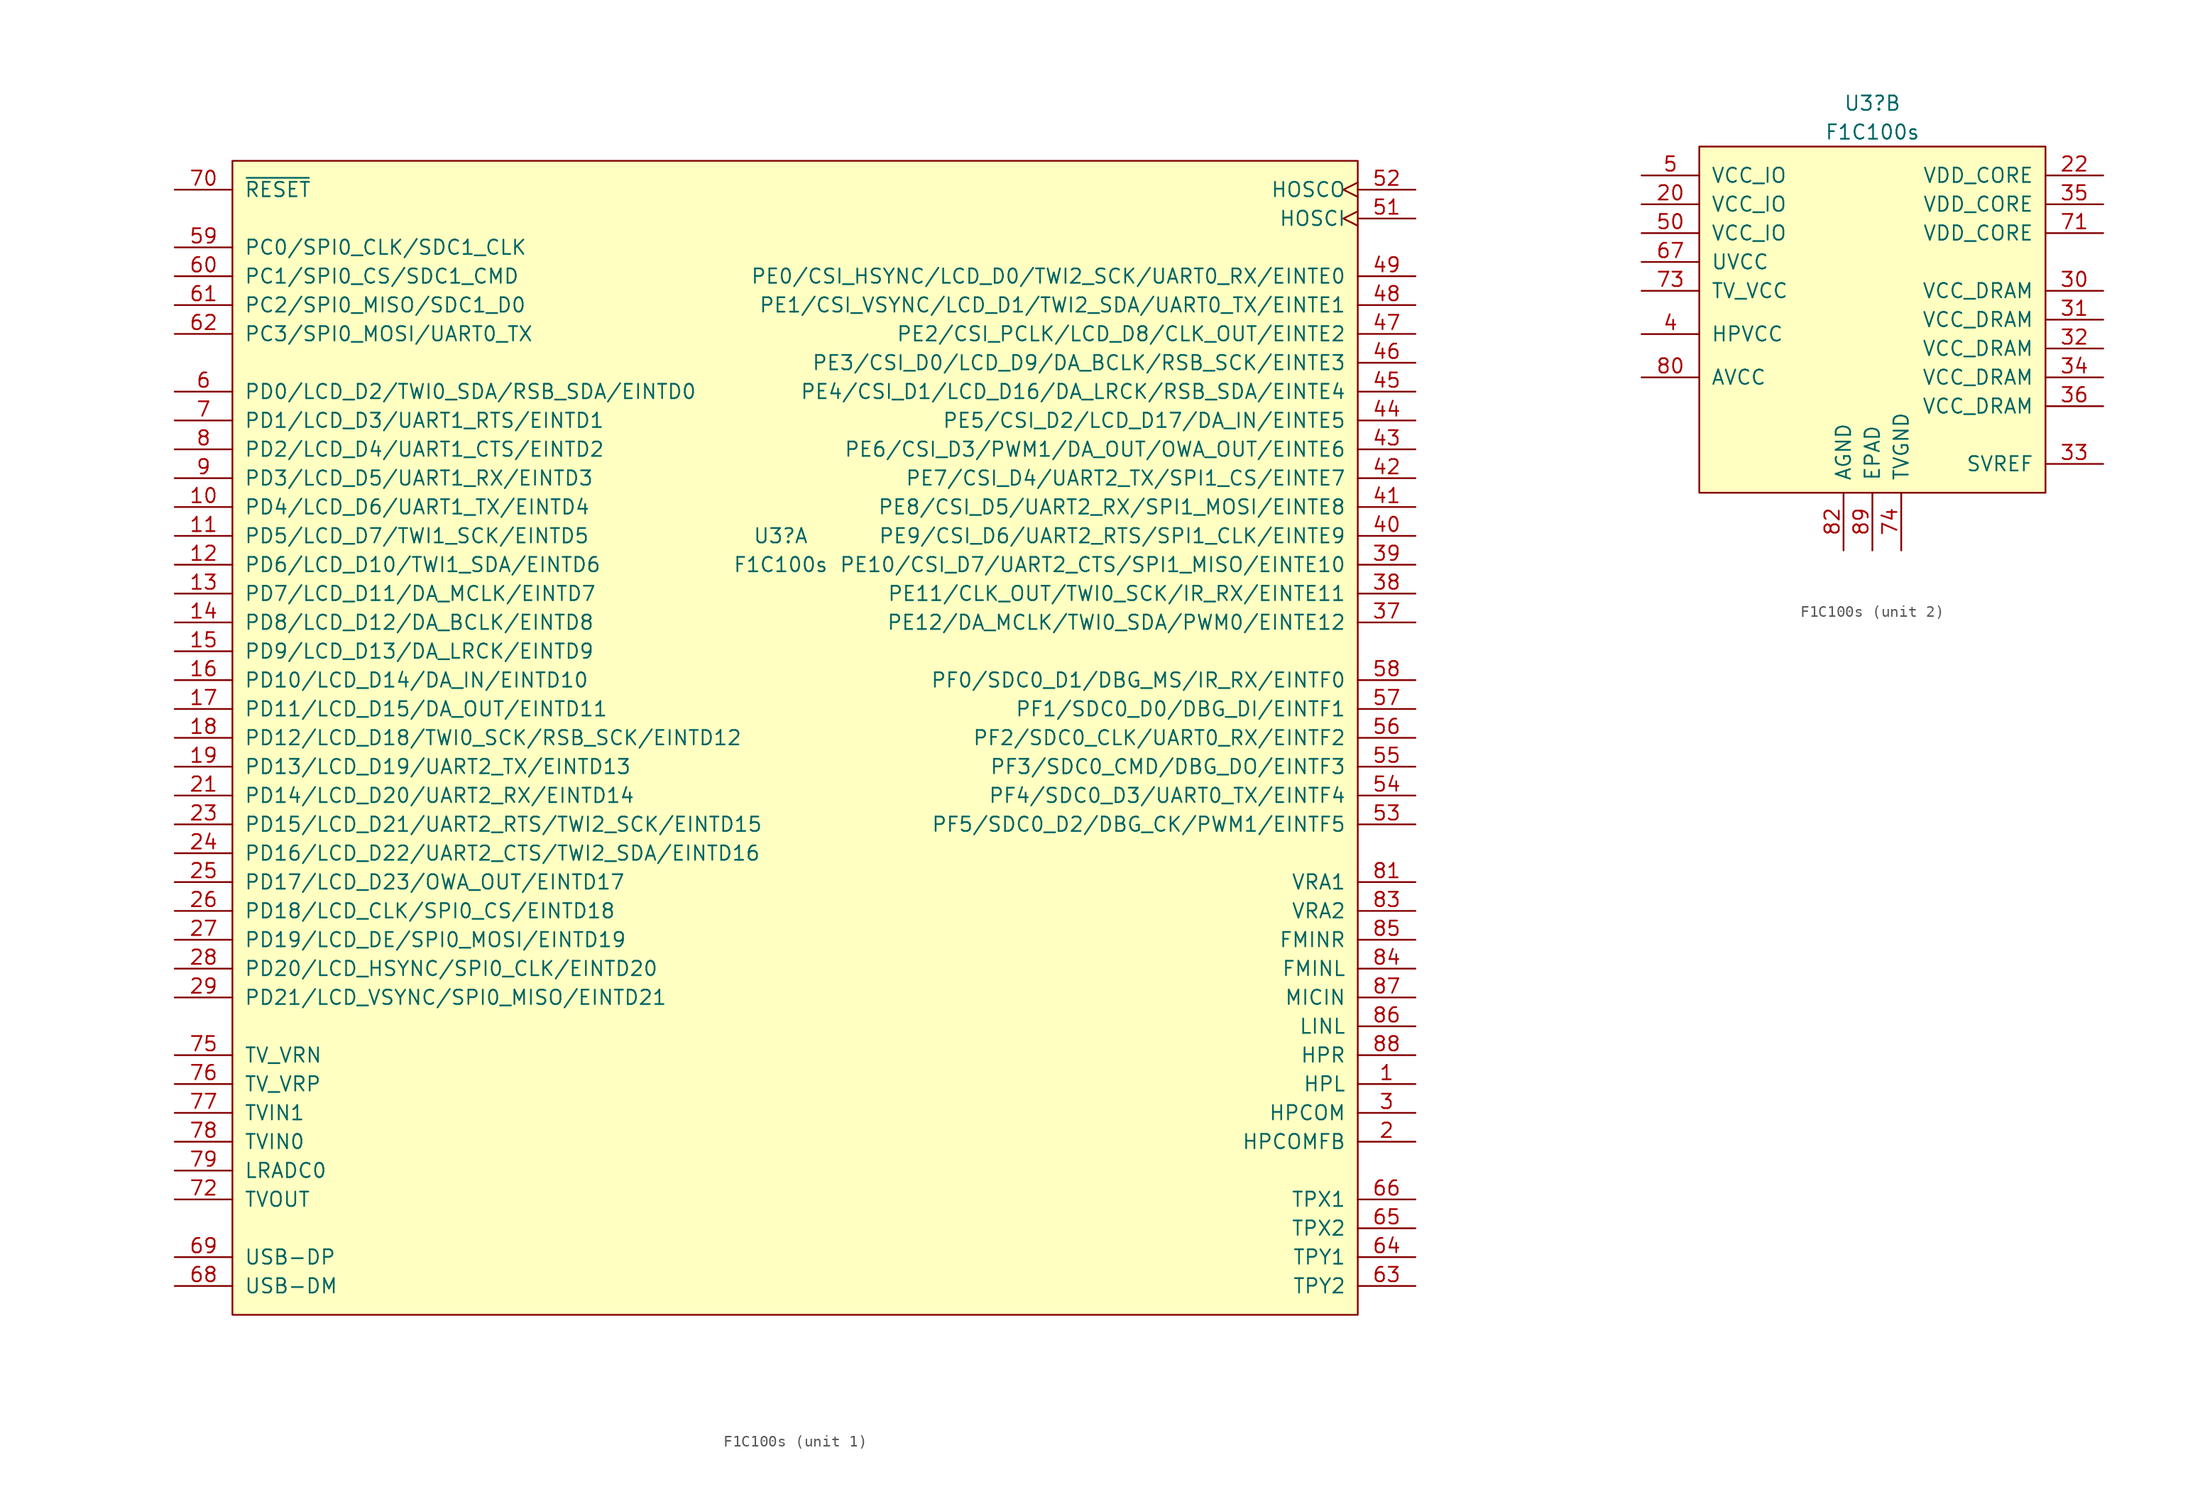
<source format=kicad_sym>
(kicad_symbol_lib
  (version 20220914)
  (generator kicad_symbol_editor)
  (symbol "F1C100s"
    (pin_names
      (offset 1.016))
    (property "Reference" "U3"
      (at 0 17.78 0)
      (effects (font (size 1.27 1.27))))
    (property "Value" "F1C100s"
      (at 0 15.24 0)
      (effects (font (size 1.27 1.27))))
    (property "ki_locked" ""
      (at 0 0 0)
      (effects (font (size 1.27 1.27))))
    (symbol "F1C100s_1_0"
      (pin output line (at 55.88 -30.48 180) (length 5.08) (name "HPL" (effects (font (size 1.27 1.27)))) (number "1" (effects (font (size 1.27 1.27)))))
      (pin bidirectional line (at -53.34 20.32 0) (length 5.08) (name "PD4/LCD_D6/UART1_TX/EINTD4" (effects (font (size 1.27 1.27)))) (number "10" (effects (font (size 1.27 1.27)))))
      (pin bidirectional line (at -53.34 17.78 0) (length 5.08) (name "PD5/LCD_D7/TWI1_SCK/EINTD5" (effects (font (size 1.27 1.27)))) (number "11" (effects (font (size 1.27 1.27)))))
      (pin bidirectional line (at -53.34 15.24 0) (length 5.08) (name "PD6/LCD_D10/TWI1_SDA/EINTD6" (effects (font (size 1.27 1.27)))) (number "12" (effects (font (size 1.27 1.27)))))
      (pin bidirectional line (at -53.34 12.7 0) (length 5.08) (name "PD7/LCD_D11/DA_MCLK/EINTD7" (effects (font (size 1.27 1.27)))) (number "13" (effects (font (size 1.27 1.27)))))
      (pin bidirectional line (at -53.34 10.16 0) (length 5.08) (name "PD8/LCD_D12/DA_BCLK/EINTD8" (effects (font (size 1.27 1.27)))) (number "14" (effects (font (size 1.27 1.27)))))
      (pin bidirectional line (at -53.34 7.62 0) (length 5.08) (name "PD9/LCD_D13/DA_LRCK/EINTD9" (effects (font (size 1.27 1.27)))) (number "15" (effects (font (size 1.27 1.27)))))
      (pin bidirectional line (at -53.34 5.08 0) (length 5.08) (name "PD10/LCD_D14/DA_IN/EINTD10" (effects (font (size 1.27 1.27)))) (number "16" (effects (font (size 1.27 1.27)))))
      (pin bidirectional line (at -53.34 2.54 0) (length 5.08) (name "PD11/LCD_D15/DA_OUT/EINTD11" (effects (font (size 1.27 1.27)))) (number "17" (effects (font (size 1.27 1.27)))))
      (pin bidirectional line (at -53.34 0 0) (length 5.08) (name "PD12/LCD_D18/TWI0_SCK/RSB_SCK/EINTD12" (effects (font (size 1.27 1.27)))) (number "18" (effects (font (size 1.27 1.27)))))
      (pin bidirectional line (at -53.34 -2.54 0) (length 5.08) (name "PD13/LCD_D19/UART2_TX/EINTD13" (effects (font (size 1.27 1.27)))) (number "19" (effects (font (size 1.27 1.27)))))
      (pin input line (at 55.88 -35.56 180) (length 5.08) (name "HPCOMFB" (effects (font (size 1.27 1.27)))) (number "2" (effects (font (size 1.27 1.27)))))
      (pin bidirectional line (at -53.34 -5.08 0) (length 5.08) (name "PD14/LCD_D20/UART2_RX/EINTD14" (effects (font (size 1.27 1.27)))) (number "21" (effects (font (size 1.27 1.27)))))
      (pin bidirectional line (at -53.34 -7.62 0) (length 5.08) (name "PD15/LCD_D21/UART2_RTS/TWI2_SCK/EINTD15" (effects (font (size 1.27 1.27)))) (number "23" (effects (font (size 1.27 1.27)))))
      (pin bidirectional line (at -53.34 -10.16 0) (length 5.08) (name "PD16/LCD_D22/UART2_CTS/TWI2_SDA/EINTD16" (effects (font (size 1.27 1.27)))) (number "24" (effects (font (size 1.27 1.27)))))
      (pin bidirectional line (at -53.34 -12.7 0) (length 5.08) (name "PD17/LCD_D23/OWA_OUT/EINTD17" (effects (font (size 1.27 1.27)))) (number "25" (effects (font (size 1.27 1.27)))))
      (pin bidirectional line (at -53.34 -15.24 0) (length 5.08) (name "PD18/LCD_CLK/SPI0_CS/EINTD18" (effects (font (size 1.27 1.27)))) (number "26" (effects (font (size 1.27 1.27)))))
      (pin bidirectional line (at -53.34 -17.78 0) (length 5.08) (name "PD19/LCD_DE/SPI0_MOSI/EINTD19" (effects (font (size 1.27 1.27)))) (number "27" (effects (font (size 1.27 1.27)))))
      (pin bidirectional line (at -53.34 -20.32 0) (length 5.08) (name "PD20/LCD_HSYNC/SPI0_CLK/EINTD20" (effects (font (size 1.27 1.27)))) (number "28" (effects (font (size 1.27 1.27)))))
      (pin bidirectional line (at -53.34 -22.86 0) (length 5.08) (name "PD21/LCD_VSYNC/SPI0_MISO/EINTD21" (effects (font (size 1.27 1.27)))) (number "29" (effects (font (size 1.27 1.27)))))
      (pin output line (at 55.88 -33.02 180) (length 5.08) (name "HPCOM" (effects (font (size 1.27 1.27)))) (number "3" (effects (font (size 1.27 1.27)))))
      (pin bidirectional line (at 55.88 10.16 180) (length 5.08) (name "PE12/DA_MCLK/TWI0_SDA/PWM0/EINTE12" (effects (font (size 1.27 1.27)))) (number "37" (effects (font (size 1.27 1.27)))))
      (pin bidirectional line (at 55.88 12.7 180) (length 5.08) (name "PE11/CLK_OUT/TWI0_SCK/IR_RX/EINTE11" (effects (font (size 1.27 1.27)))) (number "38" (effects (font (size 1.27 1.27)))))
      (pin bidirectional line (at 55.88 15.24 180) (length 5.08) (name "PE10/CSI_D7/UART2_CTS/SPI1_MISO/EINTE10" (effects (font (size 1.27 1.27)))) (number "39" (effects (font (size 1.27 1.27)))))
      (pin bidirectional line (at 55.88 17.78 180) (length 5.08) (name "PE9/CSI_D6/UART2_RTS/SPI1_CLK/EINTE9" (effects (font (size 1.27 1.27)))) (number "40" (effects (font (size 1.27 1.27)))))
      (pin bidirectional line (at 55.88 20.32 180) (length 5.08) (name "PE8/CSI_D5/UART2_RX/SPI1_MOSI/EINTE8" (effects (font (size 1.27 1.27)))) (number "41" (effects (font (size 1.27 1.27)))))
      (pin bidirectional line (at 55.88 22.86 180) (length 5.08) (name "PE7/CSI_D4/UART2_TX/SPI1_CS/EINTE7" (effects (font (size 1.27 1.27)))) (number "42" (effects (font (size 1.27 1.27)))))
      (pin bidirectional line (at 55.88 25.4 180) (length 5.08) (name "PE6/CSI_D3/PWM1/DA_OUT/OWA_OUT/EINTE6" (effects (font (size 1.27 1.27)))) (number "43" (effects (font (size 1.27 1.27)))))
      (pin bidirectional line (at 55.88 27.94 180) (length 5.08) (name "PE5/CSI_D2/LCD_D17/DA_IN/EINTE5" (effects (font (size 1.27 1.27)))) (number "44" (effects (font (size 1.27 1.27)))))
      (pin bidirectional line (at 55.88 30.48 180) (length 5.08) (name "PE4/CSI_D1/LCD_D16/DA_LRCK/RSB_SDA/EINTE4" (effects (font (size 1.27 1.27)))) (number "45" (effects (font (size 1.27 1.27)))))
      (pin bidirectional line (at 55.88 33.02 180) (length 5.08) (name "PE3/CSI_D0/LCD_D9/DA_BCLK/RSB_SCK/EINTE3" (effects (font (size 1.27 1.27)))) (number "46" (effects (font (size 1.27 1.27)))))
      (pin bidirectional line (at 55.88 35.56 180) (length 5.08) (name "PE2/CSI_PCLK/LCD_D8/CLK_OUT/EINTE2" (effects (font (size 1.27 1.27)))) (number "47" (effects (font (size 1.27 1.27)))))
      (pin bidirectional line (at 55.88 38.1 180) (length 5.08) (name "PE1/CSI_VSYNC/LCD_D1/TWI2_SDA/UART0_TX/EINTE1" (effects (font (size 1.27 1.27)))) (number "48" (effects (font (size 1.27 1.27)))))
      (pin bidirectional line (at 55.88 40.64 180) (length 5.08) (name "PE0/CSI_HSYNC/LCD_D0/TWI2_SCK/UART0_RX/EINTE0" (effects (font (size 1.27 1.27)))) (number "49" (effects (font (size 1.27 1.27)))))
      (pin input clock (at 55.88 45.72 180) (length 5.08) (name "HOSCI" (effects (font (size 1.27 1.27)))) (number "51" (effects (font (size 1.27 1.27)))))
      (pin input clock (at 55.88 48.26 180) (length 5.08) (name "HOSCO" (effects (font (size 1.27 1.27)))) (number "52" (effects (font (size 1.27 1.27)))))
      (pin bidirectional line (at 55.88 -7.62 180) (length 5.08) (name "PF5/SDC0_D2/DBG_CK/PWM1/EINTF5" (effects (font (size 1.27 1.27)))) (number "53" (effects (font (size 1.27 1.27)))))
      (pin bidirectional line (at 55.88 -5.08 180) (length 5.08) (name "PF4/SDC0_D3/UART0_TX/EINTF4" (effects (font (size 1.27 1.27)))) (number "54" (effects (font (size 1.27 1.27)))))
      (pin bidirectional line (at 55.88 -2.54 180) (length 5.08) (name "PF3/SDC0_CMD/DBG_DO/EINTF3" (effects (font (size 1.27 1.27)))) (number "55" (effects (font (size 1.27 1.27)))))
      (pin bidirectional line (at 55.88 0 180) (length 5.08) (name "PF2/SDC0_CLK/UART0_RX/EINTF2" (effects (font (size 1.27 1.27)))) (number "56" (effects (font (size 1.27 1.27)))))
      (pin bidirectional line (at 55.88 2.54 180) (length 5.08) (name "PF1/SDC0_D0/DBG_DI/EINTF1" (effects (font (size 1.27 1.27)))) (number "57" (effects (font (size 1.27 1.27)))))
      (pin bidirectional line (at 55.88 5.08 180) (length 5.08) (name "PF0/SDC0_D1/DBG_MS/IR_RX/EINTF0" (effects (font (size 1.27 1.27)))) (number "58" (effects (font (size 1.27 1.27)))))
      (pin bidirectional line (at -53.34 43.18 0) (length 5.08) (name "PC0/SPI0_CLK/SDC1_CLK" (effects (font (size 1.27 1.27)))) (number "59" (effects (font (size 1.27 1.27)))))
      (pin bidirectional line (at -53.34 30.48 0) (length 5.08) (name "PD0/LCD_D2/TWI0_SDA/RSB_SDA/EINTD0" (effects (font (size 1.27 1.27)))) (number "6" (effects (font (size 1.27 1.27)))))
      (pin bidirectional line (at -53.34 40.64 0) (length 5.08) (name "PC1/SPI0_CS/SDC1_CMD" (effects (font (size 1.27 1.27)))) (number "60" (effects (font (size 1.27 1.27)))))
      (pin bidirectional line (at -53.34 38.1 0) (length 5.08) (name "PC2/SPI0_MISO/SDC1_D0" (effects (font (size 1.27 1.27)))) (number "61" (effects (font (size 1.27 1.27)))))
      (pin bidirectional line (at -53.34 35.56 0) (length 5.08) (name "PC3/SPI0_MOSI/UART0_TX" (effects (font (size 1.27 1.27)))) (number "62" (effects (font (size 1.27 1.27)))))
      (pin input line (at 55.88 -48.26 180) (length 5.08) (name "TPY2" (effects (font (size 1.27 1.27)))) (number "63" (effects (font (size 1.27 1.27)))))
      (pin input line (at 55.88 -45.72 180) (length 5.08) (name "TPY1" (effects (font (size 1.27 1.27)))) (number "64" (effects (font (size 1.27 1.27)))))
      (pin input line (at 55.88 -43.18 180) (length 5.08) (name "TPX2" (effects (font (size 1.27 1.27)))) (number "65" (effects (font (size 1.27 1.27)))))
      (pin input line (at 55.88 -40.64 180) (length 5.08) (name "TPX1" (effects (font (size 1.27 1.27)))) (number "66" (effects (font (size 1.27 1.27)))))
      (pin bidirectional line (at -53.34 -48.26 0) (length 5.08) (name "USB-DM" (effects (font (size 1.27 1.27)))) (number "68" (effects (font (size 1.27 1.27)))))
      (pin bidirectional line (at -53.34 -45.72 0) (length 5.08) (name "USB-DP" (effects (font (size 1.27 1.27)))) (number "69" (effects (font (size 1.27 1.27)))))
      (pin bidirectional line (at -53.34 27.94 0) (length 5.08) (name "PD1/LCD_D3/UART1_RTS/EINTD1" (effects (font (size 1.27 1.27)))) (number "7" (effects (font (size 1.27 1.27)))))
      (pin input line (at -53.34 48.26 0) (length 5.08) (name "~{RESET}" (effects (font (size 1.27 1.27)))) (number "70" (effects (font (size 1.27 1.27)))))
      (pin output line (at -53.34 -40.64 0) (length 5.08) (name "TVOUT" (effects (font (size 1.27 1.27)))) (number "72" (effects (font (size 1.27 1.27)))))
      (pin input line (at -53.34 -27.94 0) (length 5.08) (name "TV_VRN" (effects (font (size 1.27 1.27)))) (number "75" (effects (font (size 1.27 1.27)))))
      (pin input line (at -53.34 -30.48 0) (length 5.08) (name "TV_VRP" (effects (font (size 1.27 1.27)))) (number "76" (effects (font (size 1.27 1.27)))))
      (pin input line (at -53.34 -33.02 0) (length 5.08) (name "TVIN1" (effects (font (size 1.27 1.27)))) (number "77" (effects (font (size 1.27 1.27)))))
      (pin input line (at -53.34 -35.56 0) (length 5.08) (name "TVIN0" (effects (font (size 1.27 1.27)))) (number "78" (effects (font (size 1.27 1.27)))))
      (pin input line (at -53.34 -38.1 0) (length 5.08) (name "LRADC0" (effects (font (size 1.27 1.27)))) (number "79" (effects (font (size 1.27 1.27)))))
      (pin bidirectional line (at -53.34 25.4 0) (length 5.08) (name "PD2/LCD_D4/UART1_CTS/EINTD2" (effects (font (size 1.27 1.27)))) (number "8" (effects (font (size 1.27 1.27)))))
      (pin input line (at 55.88 -20.32 180) (length 5.08) (name "FMINL" (effects (font (size 1.27 1.27)))) (number "84" (effects (font (size 1.27 1.27)))))
      (pin input line (at 55.88 -17.78 180) (length 5.08) (name "FMINR" (effects (font (size 1.27 1.27)))) (number "85" (effects (font (size 1.27 1.27)))))
      (pin input line (at 55.88 -25.4 180) (length 5.08) (name "LINL" (effects (font (size 1.27 1.27)))) (number "86" (effects (font (size 1.27 1.27)))))
      (pin input line (at 55.88 -22.86 180) (length 5.08) (name "MICIN" (effects (font (size 1.27 1.27)))) (number "87" (effects (font (size 1.27 1.27)))))
      (pin output line (at 55.88 -27.94 180) (length 5.08) (name "HPR" (effects (font (size 1.27 1.27)))) (number "88" (effects (font (size 1.27 1.27)))))
      (pin bidirectional line (at -53.34 22.86 0) (length 5.08) (name "PD3/LCD_D5/UART1_RX/EINTD3" (effects (font (size 1.27 1.27)))) (number "9" (effects (font (size 1.27 1.27))))))
    (symbol "F1C100s_1_1"
      (rectangle (start -48.26 50.8) (end 50.8 -50.8) (stroke (width 0) (type default)) (fill (type background)))
      (pin output line (at 55.88 -12.7 180) (length 5.08) (name "VRA1" (effects (font (size 1.27 1.27)))) (number "81" (effects (font (size 1.27 1.27)))))
      (pin output line (at 55.88 -15.24 180) (length 5.08) (name "VRA2" (effects (font (size 1.27 1.27)))) (number "83" (effects (font (size 1.27 1.27))))))
    (symbol "F1C100s_2_0"
      (pin power_in line (at -20.32 8.89 0) (length 5.08) (name "VCC_IO" (effects (font (size 1.27 1.27)))) (number "20" (effects (font (size 1.27 1.27)))))
      (pin power_in line (at 20.32 11.43 180) (length 5.08) (name "VDD_CORE" (effects (font (size 1.27 1.27)))) (number "22" (effects (font (size 1.27 1.27)))))
      (pin power_in line (at 20.32 1.27 180) (length 5.08) (name "VCC_DRAM" (effects (font (size 1.27 1.27)))) (number "30" (effects (font (size 1.27 1.27)))))
      (pin power_in line (at 20.32 -1.27 180) (length 5.08) (name "VCC_DRAM" (effects (font (size 1.27 1.27)))) (number "31" (effects (font (size 1.27 1.27)))))
      (pin power_in line (at 20.32 -3.81 180) (length 5.08) (name "VCC_DRAM" (effects (font (size 1.27 1.27)))) (number "32" (effects (font (size 1.27 1.27)))))
      (pin input line (at 20.32 -13.97 180) (length 5.08) (name "SVREF" (effects (font (size 1.27 1.27)))) (number "33" (effects (font (size 1.27 1.27)))))
      (pin power_in line (at 20.32 -6.35 180) (length 5.08) (name "VCC_DRAM" (effects (font (size 1.27 1.27)))) (number "34" (effects (font (size 1.27 1.27)))))
      (pin power_in line (at 20.32 8.89 180) (length 5.08) (name "VDD_CORE" (effects (font (size 1.27 1.27)))) (number "35" (effects (font (size 1.27 1.27)))))
      (pin power_in line (at 20.32 -8.89 180) (length 5.08) (name "VCC_DRAM" (effects (font (size 1.27 1.27)))) (number "36" (effects (font (size 1.27 1.27)))))
      (pin power_in line (at -20.32 -2.54 0) (length 5.08) (name "HPVCC" (effects (font (size 1.27 1.27)))) (number "4" (effects (font (size 1.27 1.27)))))
      (pin power_in line (at -20.32 11.43 0) (length 5.08) (name "VCC_IO" (effects (font (size 1.27 1.27)))) (number "5" (effects (font (size 1.27 1.27)))))
      (pin power_in line (at -20.32 6.35 0) (length 5.08) (name "VCC_IO" (effects (font (size 1.27 1.27)))) (number "50" (effects (font (size 1.27 1.27)))))
      (pin power_in line (at -20.32 3.81 0) (length 5.08) (name "UVCC" (effects (font (size 1.27 1.27)))) (number "67" (effects (font (size 1.27 1.27)))))
      (pin power_in line (at 20.32 6.35 180) (length 5.08) (name "VDD_CORE" (effects (font (size 1.27 1.27)))) (number "71" (effects (font (size 1.27 1.27)))))
      (pin power_in line (at -20.32 1.27 0) (length 5.08) (name "TV_VCC" (effects (font (size 1.27 1.27)))) (number "73" (effects (font (size 1.27 1.27)))))
      (pin power_in line (at 2.54 -21.59 90) (length 5.08) (name "TVGND" (effects (font (size 1.27 1.27)))) (number "74" (effects (font (size 1.27 1.27)))))
      (pin power_in line (at -20.32 -6.35 0) (length 5.08) (name "AVCC" (effects (font (size 1.27 1.27)))) (number "80" (effects (font (size 1.27 1.27)))))
      (pin power_in line (at -2.54 -21.59 90) (length 5.08) (name "AGND" (effects (font (size 1.27 1.27)))) (number "82" (effects (font (size 1.27 1.27)))))
      (pin power_in line (at 0 -21.59 90) (length 5.08) (name "EPAD" (effects (font (size 1.27 1.27)))) (number "89" (effects (font (size 1.27 1.27))))))
    (symbol "F1C100s_2_1"
      (rectangle (start -15.24 13.97) (end 15.24 -16.51) (stroke (width 0) (type default)) (fill (type background))))))
</source>
